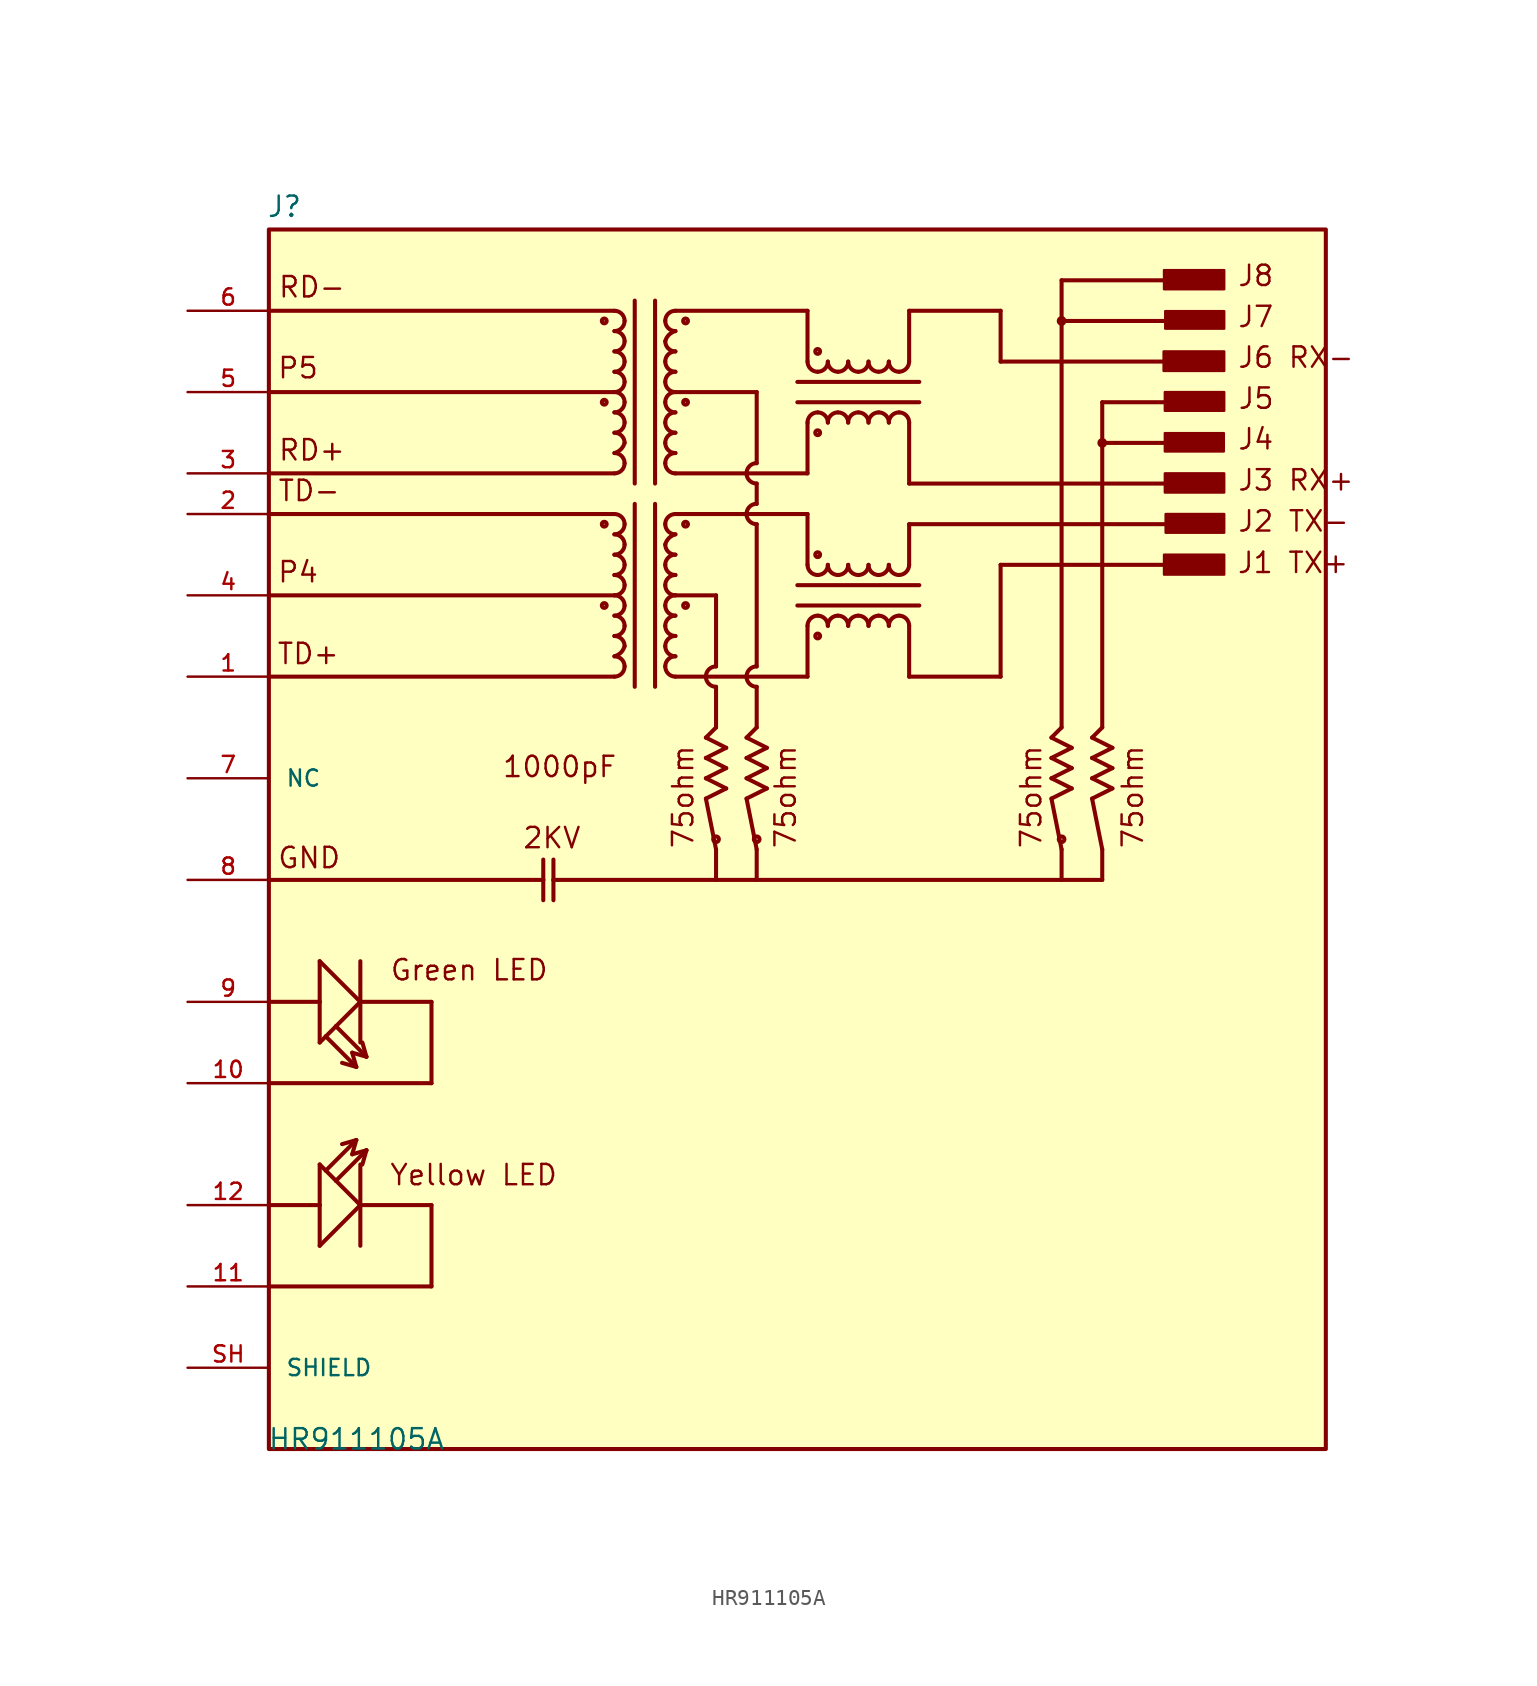
<source format=kicad_sym>
(kicad_symbol_lib
  (version 20211014)
  (generator kicad_symbol_editor)
  (symbol "HR911105A"
    (pin_names
      (offset 1.016))
    (property "Reference" "J"
      (at -33.172 36.246 0)
      (effects (font (size 1.27 1.27)) (justify left bottom)))
    (property "Value" "HR911105A"
      (at -33.122 -40.767 0)
      (effects (font (size 1.27 1.27)) (justify left bottom)))
    (property "ki_locked" ""
      (at 0 0 0)
      (effects (font (size 1.27 1.27))))
    (symbol "HR911105A_0_0"
      (rectangle (start -33.02 35.56) (end 33.02 -40.64) (stroke (width 0.254) (type default) (color 0 0 0 0)) (fill (type background)))
      (circle (center -12.065 12.065) (radius 0.152) (stroke (width 0.254) (type default) (color 0 0 0 0)) (fill (type none)))
      (circle (center -12.065 17.145) (radius 0.152) (stroke (width 0.254) (type default) (color 0 0 0 0)) (fill (type none)))
      (circle (center -12.065 24.765) (radius 0.152) (stroke (width 0.254) (type default) (color 0 0 0 0)) (fill (type none)))
      (circle (center -12.065 29.845) (radius 0.152) (stroke (width 0.254) (type default) (color 0 0 0 0)) (fill (type none)))
      (arc (start -11.43 7.62) (mid -10.981 7.806) (end -10.795 8.255) (stroke (width 0.254) (type default) (color 0 0 0 0)) (fill (type none)))
      (arc (start -11.43 8.89) (mid -11.0269 9.1219) (end -10.795 9.525) (stroke (width 0.254) (type default) (color 0 0 0 0)) (fill (type none)))
      (arc (start -11.43 10.16) (mid -10.981 10.346) (end -10.795 10.795) (stroke (width 0.254) (type default) (color 0 0 0 0)) (fill (type none)))
      (arc (start -11.43 11.43) (mid -10.981 11.616) (end -10.795 12.065) (stroke (width 0.254) (type default) (color 0 0 0 0)) (fill (type none)))
      (arc (start -11.43 12.7) (mid -10.981 12.886) (end -10.795 13.335) (stroke (width 0.254) (type default) (color 0 0 0 0)) (fill (type none)))
      (arc (start -11.43 13.97) (mid -10.981 14.156) (end -10.795 14.605) (stroke (width 0.254) (type default) (color 0 0 0 0)) (fill (type none)))
      (arc (start -11.43 15.24) (mid -10.981 15.426) (end -10.795 15.875) (stroke (width 0.254) (type default) (color 0 0 0 0)) (fill (type none)))
      (arc (start -11.43 16.51) (mid -10.981 16.696) (end -10.795 17.145) (stroke (width 0.254) (type default) (color 0 0 0 0)) (fill (type none)))
      (arc (start -11.43 20.32) (mid -10.981 20.506) (end -10.795 20.955) (stroke (width 0.254) (type default) (color 0 0 0 0)) (fill (type none)))
      (arc (start -11.43 21.59) (mid -11.0269 21.8219) (end -10.795 22.225) (stroke (width 0.254) (type default) (color 0 0 0 0)) (fill (type none)))
      (arc (start -11.43 22.86) (mid -10.981 23.046) (end -10.795 23.495) (stroke (width 0.254) (type default) (color 0 0 0 0)) (fill (type none)))
      (arc (start -11.43 24.13) (mid -10.981 24.316) (end -10.795 24.765) (stroke (width 0.254) (type default) (color 0 0 0 0)) (fill (type none)))
      (arc (start -11.43 25.4) (mid -10.981 25.586) (end -10.795 26.035) (stroke (width 0.254) (type default) (color 0 0 0 0)) (fill (type none)))
      (arc (start -11.43 26.67) (mid -10.981 26.856) (end -10.795 27.305) (stroke (width 0.254) (type default) (color 0 0 0 0)) (fill (type none)))
      (arc (start -11.43 27.94) (mid -10.981 28.126) (end -10.795 28.575) (stroke (width 0.254) (type default) (color 0 0 0 0)) (fill (type none)))
      (arc (start -11.43 29.21) (mid -10.981 29.396) (end -10.795 29.845) (stroke (width 0.254) (type default) (color 0 0 0 0)) (fill (type none)))
      (arc (start -10.795 8.255) (mid -10.981 8.704) (end -11.43 8.89) (stroke (width 0.254) (type default) (color 0 0 0 0)) (fill (type none)))
      (arc (start -10.795 9.525) (mid -10.981 9.974) (end -11.43 10.16) (stroke (width 0.254) (type default) (color 0 0 0 0)) (fill (type none)))
      (arc (start -10.795 10.795) (mid -10.981 11.244) (end -11.43 11.43) (stroke (width 0.254) (type default) (color 0 0 0 0)) (fill (type none)))
      (arc (start -10.795 12.065) (mid -10.981 12.514) (end -11.43 12.7) (stroke (width 0.254) (type default) (color 0 0 0 0)) (fill (type none)))
      (arc (start -10.795 13.335) (mid -10.981 13.784) (end -11.43 13.97) (stroke (width 0.254) (type default) (color 0 0 0 0)) (fill (type none)))
      (arc (start -10.795 14.605) (mid -10.981 15.054) (end -11.43 15.24) (stroke (width 0.254) (type default) (color 0 0 0 0)) (fill (type none)))
      (arc (start -10.795 15.875) (mid -10.981 16.324) (end -11.43 16.51) (stroke (width 0.254) (type default) (color 0 0 0 0)) (fill (type none)))
      (arc (start -10.795 17.145) (mid -10.981 17.594) (end -11.43 17.78) (stroke (width 0.254) (type default) (color 0 0 0 0)) (fill (type none)))
      (arc (start -10.795 20.955) (mid -10.981 21.404) (end -11.43 21.59) (stroke (width 0.254) (type default) (color 0 0 0 0)) (fill (type none)))
      (arc (start -10.795 22.225) (mid -10.981 22.674) (end -11.43 22.86) (stroke (width 0.254) (type default) (color 0 0 0 0)) (fill (type none)))
      (arc (start -10.795 23.495) (mid -10.981 23.944) (end -11.43 24.13) (stroke (width 0.254) (type default) (color 0 0 0 0)) (fill (type none)))
      (arc (start -10.795 24.765) (mid -10.981 25.214) (end -11.43 25.4) (stroke (width 0.254) (type default) (color 0 0 0 0)) (fill (type none)))
      (arc (start -10.795 26.035) (mid -10.981 26.484) (end -11.43 26.67) (stroke (width 0.254) (type default) (color 0 0 0 0)) (fill (type none)))
      (arc (start -10.795 27.305) (mid -10.981 27.754) (end -11.43 27.94) (stroke (width 0.254) (type default) (color 0 0 0 0)) (fill (type none)))
      (arc (start -10.795 28.575) (mid -10.981 29.024) (end -11.43 29.21) (stroke (width 0.254) (type default) (color 0 0 0 0)) (fill (type none)))
      (arc (start -10.795 29.845) (mid -10.981 30.294) (end -11.43 30.48) (stroke (width 0.254) (type default) (color 0 0 0 0)) (fill (type none)))
      (arc (start -8.255 8.255) (mid -8.069 7.806) (end -7.62 7.62) (stroke (width 0.254) (type default) (color 0 0 0 0)) (fill (type none)))
      (arc (start -8.255 9.525) (mid -8.069 9.076) (end -7.62 8.89) (stroke (width 0.254) (type default) (color 0 0 0 0)) (fill (type none)))
      (arc (start -8.255 10.795) (mid -8.069 10.346) (end -7.62 10.16) (stroke (width 0.254) (type default) (color 0 0 0 0)) (fill (type none)))
      (arc (start -8.255 12.065) (mid -8.069 11.616) (end -7.62 11.43) (stroke (width 0.254) (type default) (color 0 0 0 0)) (fill (type none)))
      (arc (start -8.255 13.335) (mid -8.069 12.886) (end -7.62 12.7) (stroke (width 0.254) (type default) (color 0 0 0 0)) (fill (type none)))
      (arc (start -8.255 14.605) (mid -8.069 14.156) (end -7.62 13.97) (stroke (width 0.254) (type default) (color 0 0 0 0)) (fill (type none)))
      (arc (start -8.255 15.875) (mid -8.069 15.426) (end -7.62 15.24) (stroke (width 0.254) (type default) (color 0 0 0 0)) (fill (type none)))
      (arc (start -8.255 17.145) (mid -8.069 16.696) (end -7.62 16.51) (stroke (width 0.254) (type default) (color 0 0 0 0)) (fill (type none)))
      (arc (start -8.255 20.955) (mid -8.069 20.506) (end -7.62 20.32) (stroke (width 0.254) (type default) (color 0 0 0 0)) (fill (type none)))
      (arc (start -8.255 22.225) (mid -8.069 21.776) (end -7.62 21.59) (stroke (width 0.254) (type default) (color 0 0 0 0)) (fill (type none)))
      (arc (start -8.255 23.495) (mid -8.069 23.046) (end -7.62 22.86) (stroke (width 0.254) (type default) (color 0 0 0 0)) (fill (type none)))
      (arc (start -8.255 24.765) (mid -8.069 24.316) (end -7.62 24.13) (stroke (width 0.254) (type default) (color 0 0 0 0)) (fill (type none)))
      (arc (start -8.255 26.035) (mid -8.069 25.586) (end -7.62 25.4) (stroke (width 0.254) (type default) (color 0 0 0 0)) (fill (type none)))
      (arc (start -8.255 27.305) (mid -8.069 26.856) (end -7.62 26.67) (stroke (width 0.254) (type default) (color 0 0 0 0)) (fill (type none)))
      (arc (start -8.255 28.575) (mid -8.069 28.126) (end -7.62 27.94) (stroke (width 0.254) (type default) (color 0 0 0 0)) (fill (type none)))
      (arc (start -8.255 29.845) (mid -8.069 29.396) (end -7.62 29.21) (stroke (width 0.254) (type default) (color 0 0 0 0)) (fill (type none)))
      (arc (start -7.62 8.89) (mid -8.069 8.704) (end -8.255 8.255) (stroke (width 0.254) (type default) (color 0 0 0 0)) (fill (type none)))
      (arc (start -7.62 10.16) (mid -8.069 9.974) (end -8.255 9.525) (stroke (width 0.254) (type default) (color 0 0 0 0)) (fill (type none)))
      (arc (start -7.62 11.43) (mid -8.069 11.244) (end -8.255 10.795) (stroke (width 0.254) (type default) (color 0 0 0 0)) (fill (type none)))
      (arc (start -7.62 12.7) (mid -8.069 12.514) (end -8.255 12.065) (stroke (width 0.254) (type default) (color 0 0 0 0)) (fill (type none)))
      (arc (start -7.62 13.97) (mid -8.069 13.784) (end -8.255 13.335) (stroke (width 0.254) (type default) (color 0 0 0 0)) (fill (type none)))
      (arc (start -7.62 15.24) (mid -8.069 15.054) (end -8.255 14.605) (stroke (width 0.254) (type default) (color 0 0 0 0)) (fill (type none)))
      (arc (start -7.62 16.51) (mid -8.0231 16.2781) (end -8.255 15.875) (stroke (width 0.254) (type default) (color 0 0 0 0)) (fill (type none)))
      (arc (start -7.62 17.78) (mid -8.069 17.594) (end -8.255 17.145) (stroke (width 0.254) (type default) (color 0 0 0 0)) (fill (type none)))
      (arc (start -7.62 21.59) (mid -8.069 21.404) (end -8.255 20.955) (stroke (width 0.254) (type default) (color 0 0 0 0)) (fill (type none)))
      (arc (start -7.62 22.86) (mid -8.069 22.674) (end -8.255 22.225) (stroke (width 0.254) (type default) (color 0 0 0 0)) (fill (type none)))
      (arc (start -7.62 24.13) (mid -8.069 23.944) (end -8.255 23.495) (stroke (width 0.254) (type default) (color 0 0 0 0)) (fill (type none)))
      (arc (start -7.62 25.4) (mid -8.069 25.214) (end -8.255 24.765) (stroke (width 0.254) (type default) (color 0 0 0 0)) (fill (type none)))
      (arc (start -7.62 26.67) (mid -8.069 26.484) (end -8.255 26.035) (stroke (width 0.254) (type default) (color 0 0 0 0)) (fill (type none)))
      (arc (start -7.62 27.94) (mid -8.069 27.754) (end -8.255 27.305) (stroke (width 0.254) (type default) (color 0 0 0 0)) (fill (type none)))
      (arc (start -7.62 29.21) (mid -8.0231 28.9781) (end -8.255 28.575) (stroke (width 0.254) (type default) (color 0 0 0 0)) (fill (type none)))
      (arc (start -7.62 30.48) (mid -8.069 30.294) (end -8.255 29.845) (stroke (width 0.254) (type default) (color 0 0 0 0)) (fill (type none)))
      (circle (center -6.985 12.065) (radius 0.152) (stroke (width 0.254) (type default) (color 0 0 0 0)) (fill (type none)))
      (circle (center -6.985 17.145) (radius 0.152) (stroke (width 0.254) (type default) (color 0 0 0 0)) (fill (type none)))
      (circle (center -6.985 24.765) (radius 0.152) (stroke (width 0.254) (type default) (color 0 0 0 0)) (fill (type none)))
      (circle (center -6.985 29.845) (radius 0.152) (stroke (width 0.254) (type default) (color 0 0 0 0)) (fill (type none)))
      (arc (start -5.715 7.62) (mid -5.529 7.171) (end -5.08 6.985) (stroke (width 0.254) (type default) (color 0 0 0 0)) (fill (type none)))
      (circle (center -5.08 -2.54) (radius 0.178) (stroke (width 0.254) (type default) (color 0 0 0 0)) (fill (type none)))
      (arc (start -5.08 8.255) (mid -5.529 8.069) (end -5.715 7.62) (stroke (width 0.254) (type default) (color 0 0 0 0)) (fill (type none)))
      (arc (start -3.175 7.62) (mid -2.989 7.171) (end -2.54 6.985) (stroke (width 0.254) (type default) (color 0 0 0 0)) (fill (type none)))
      (arc (start -3.175 17.78) (mid -2.989 17.331) (end -2.54 17.145) (stroke (width 0.254) (type default) (color 0 0 0 0)) (fill (type none)))
      (arc (start -3.175 20.32) (mid -2.989 19.871) (end -2.54 19.685) (stroke (width 0.254) (type default) (color 0 0 0 0)) (fill (type none)))
      (circle (center -2.54 -2.54) (radius 0.178) (stroke (width 0.254) (type default) (color 0 0 0 0)) (fill (type none)))
      (arc (start -2.54 8.255) (mid -2.989 8.069) (end -3.175 7.62) (stroke (width 0.254) (type default) (color 0 0 0 0)) (fill (type none)))
      (arc (start -2.54 18.415) (mid -2.989 18.229) (end -3.175 17.78) (stroke (width 0.254) (type default) (color 0 0 0 0)) (fill (type none)))
      (arc (start -2.54 20.955) (mid -2.989 20.769) (end -3.175 20.32) (stroke (width 0.254) (type default) (color 0 0 0 0)) (fill (type none)))
      (polyline (pts (xy -33.02 -30.48) (xy -22.86 -30.48)) (stroke (width 0.254) (type default) (color 0 0 0 0)) (fill (type none)))
      (polyline (pts (xy -33.02 -17.78) (xy -22.86 -17.78)) (stroke (width 0.254) (type default) (color 0 0 0 0)) (fill (type none)))
      (polyline (pts (xy -33.02 12.7) (xy -11.43 12.7)) (stroke (width 0.254) (type default) (color 0 0 0 0)) (fill (type none)))
      (polyline (pts (xy -33.02 20.32) (xy -11.43 20.32)) (stroke (width 0.254) (type default) (color 0 0 0 0)) (fill (type none)))
      (polyline (pts (xy -29.845 -27.94) (xy -27.305 -25.4)) (stroke (width 0.254) (type default) (color 0 0 0 0)) (fill (type none)))
      (polyline (pts (xy -29.845 -25.4) (xy -33.02 -25.4)) (stroke (width 0.254) (type default) (color 0 0 0 0)) (fill (type none)))
      (polyline (pts (xy -29.845 -25.4) (xy -29.845 -27.94)) (stroke (width 0.254) (type default) (color 0 0 0 0)) (fill (type none)))
      (polyline (pts (xy -29.845 -22.86) (xy -29.845 -25.4)) (stroke (width 0.254) (type default) (color 0 0 0 0)) (fill (type none)))
      (polyline (pts (xy -29.845 -15.24) (xy -29.845 -12.7)) (stroke (width 0.254) (type default) (color 0 0 0 0)) (fill (type none)))
      (polyline (pts (xy -29.845 -12.7) (xy -33.02 -12.7)) (stroke (width 0.254) (type default) (color 0 0 0 0)) (fill (type none)))
      (polyline (pts (xy -29.845 -12.7) (xy -29.845 -10.16)) (stroke (width 0.254) (type default) (color 0 0 0 0)) (fill (type none)))
      (polyline (pts (xy -29.845 -10.16) (xy -27.305 -12.7)) (stroke (width 0.254) (type default) (color 0 0 0 0)) (fill (type none)))
      (polyline (pts (xy -29.464 -23.241) (xy -29.845 -22.86)) (stroke (width 0.254) (type default) (color 0 0 0 0)) (fill (type none)))
      (polyline (pts (xy -29.464 -23.241) (xy -27.559 -21.336)) (stroke (width 0.254) (type default) (color 0 0 0 0)) (fill (type none)))
      (polyline (pts (xy -29.464 -14.859) (xy -29.845 -15.24)) (stroke (width 0.254) (type default) (color 0 0 0 0)) (fill (type none)))
      (polyline (pts (xy -29.464 -14.859) (xy -27.559 -16.764)) (stroke (width 0.254) (type default) (color 0 0 0 0)) (fill (type none)))
      (polyline (pts (xy -28.829 -23.876) (xy -29.464 -23.241)) (stroke (width 0.254) (type default) (color 0 0 0 0)) (fill (type none)))
      (polyline (pts (xy -28.829 -23.876) (xy -26.924 -21.971)) (stroke (width 0.254) (type default) (color 0 0 0 0)) (fill (type none)))
      (polyline (pts (xy -28.829 -14.224) (xy -29.464 -14.859)) (stroke (width 0.254) (type default) (color 0 0 0 0)) (fill (type none)))
      (polyline (pts (xy -28.829 -14.224) (xy -26.924 -16.129)) (stroke (width 0.254) (type default) (color 0 0 0 0)) (fill (type none)))
      (polyline (pts (xy -27.559 -21.336) (xy -28.448 -21.59)) (stroke (width 0.254) (type default) (color 0 0 0 0)) (fill (type none)))
      (polyline (pts (xy -27.559 -21.336) (xy -27.813 -22.225)) (stroke (width 0.254) (type default) (color 0 0 0 0)) (fill (type none)))
      (polyline (pts (xy -27.559 -16.764) (xy -28.448 -16.51)) (stroke (width 0.254) (type default) (color 0 0 0 0)) (fill (type none)))
      (polyline (pts (xy -27.559 -16.764) (xy -27.813 -15.875)) (stroke (width 0.254) (type default) (color 0 0 0 0)) (fill (type none)))
      (polyline (pts (xy -27.305 -25.4) (xy -28.829 -23.876)) (stroke (width 0.254) (type default) (color 0 0 0 0)) (fill (type none)))
      (polyline (pts (xy -27.305 -25.4) (xy -27.305 -27.94)) (stroke (width 0.254) (type default) (color 0 0 0 0)) (fill (type none)))
      (polyline (pts (xy -27.305 -25.4) (xy -22.86 -25.4)) (stroke (width 0.254) (type default) (color 0 0 0 0)) (fill (type none)))
      (polyline (pts (xy -27.305 -22.86) (xy -27.305 -25.4)) (stroke (width 0.254) (type default) (color 0 0 0 0)) (fill (type none)))
      (polyline (pts (xy -27.305 -15.24) (xy -27.305 -12.7)) (stroke (width 0.254) (type default) (color 0 0 0 0)) (fill (type none)))
      (polyline (pts (xy -27.305 -12.7) (xy -28.829 -14.224)) (stroke (width 0.254) (type default) (color 0 0 0 0)) (fill (type none)))
      (polyline (pts (xy -27.305 -12.7) (xy -27.305 -10.16)) (stroke (width 0.254) (type default) (color 0 0 0 0)) (fill (type none)))
      (polyline (pts (xy -27.305 -12.7) (xy -22.86 -12.7)) (stroke (width 0.254) (type default) (color 0 0 0 0)) (fill (type none)))
      (polyline (pts (xy -26.924 -21.971) (xy -27.813 -22.225)) (stroke (width 0.254) (type default) (color 0 0 0 0)) (fill (type none)))
      (polyline (pts (xy -26.924 -21.971) (xy -27.178 -22.86)) (stroke (width 0.254) (type default) (color 0 0 0 0)) (fill (type none)))
      (polyline (pts (xy -26.924 -16.129) (xy -27.813 -15.875)) (stroke (width 0.254) (type default) (color 0 0 0 0)) (fill (type none)))
      (polyline (pts (xy -26.924 -16.129) (xy -27.178 -15.24)) (stroke (width 0.254) (type default) (color 0 0 0 0)) (fill (type none)))
      (polyline (pts (xy -22.86 -30.48) (xy -22.86 -25.4)) (stroke (width 0.254) (type default) (color 0 0 0 0)) (fill (type none)))
      (polyline (pts (xy -22.86 -17.78) (xy -22.86 -12.7)) (stroke (width 0.254) (type default) (color 0 0 0 0)) (fill (type none)))
      (polyline (pts (xy -15.875 -5.08) (xy -33.02 -5.08)) (stroke (width 0.254) (type default) (color 0 0 0 0)) (fill (type none)))
      (polyline (pts (xy -15.875 -5.08) (xy -15.875 -6.35)) (stroke (width 0.254) (type default) (color 0 0 0 0)) (fill (type none)))
      (polyline (pts (xy -15.875 -3.81) (xy -15.875 -5.08)) (stroke (width 0.254) (type default) (color 0 0 0 0)) (fill (type none)))
      (polyline (pts (xy -15.24 -5.08) (xy -15.24 -6.35)) (stroke (width 0.254) (type default) (color 0 0 0 0)) (fill (type none)))
      (polyline (pts (xy -15.24 -5.08) (xy -15.24 -3.81)) (stroke (width 0.254) (type default) (color 0 0 0 0)) (fill (type none)))
      (polyline (pts (xy -11.43 7.62) (xy -33.02 7.62)) (stroke (width 0.254) (type default) (color 0 0 0 0)) (fill (type none)))
      (polyline (pts (xy -11.43 17.78) (xy -33.02 17.78)) (stroke (width 0.254) (type default) (color 0 0 0 0)) (fill (type none)))
      (polyline (pts (xy -11.43 25.4) (xy -33.02 25.4)) (stroke (width 0.254) (type default) (color 0 0 0 0)) (fill (type none)))
      (polyline (pts (xy -11.43 30.48) (xy -33.02 30.48)) (stroke (width 0.254) (type default) (color 0 0 0 0)) (fill (type none)))
      (polyline (pts (xy -10.16 18.415) (xy -10.16 6.985)) (stroke (width 0.254) (type default) (color 0 0 0 0)) (fill (type none)))
      (polyline (pts (xy -10.16 31.115) (xy -10.16 19.685)) (stroke (width 0.254) (type default) (color 0 0 0 0)) (fill (type none)))
      (polyline (pts (xy -8.89 18.415) (xy -8.89 6.985)) (stroke (width 0.254) (type default) (color 0 0 0 0)) (fill (type none)))
      (polyline (pts (xy -8.89 31.115) (xy -8.89 19.685)) (stroke (width 0.254) (type default) (color 0 0 0 0)) (fill (type none)))
      (polyline (pts (xy -7.62 7.62) (xy -5.715 7.62)) (stroke (width 0.254) (type default) (color 0 0 0 0)) (fill (type none)))
      (polyline (pts (xy -7.62 20.32) (xy -3.175 20.32)) (stroke (width 0.254) (type default) (color 0 0 0 0)) (fill (type none)))
      (polyline (pts (xy -7.62 25.4) (xy -2.54 25.4)) (stroke (width 0.254) (type default) (color 0 0 0 0)) (fill (type none)))
      (polyline (pts (xy -5.715 0) (xy -5.08 -3.175)) (stroke (width 0.254) (type default) (color 0 0 0 0)) (fill (type none)))
      (polyline (pts (xy -5.715 1.27) (xy -4.445 0.635)) (stroke (width 0.254) (type default) (color 0 0 0 0)) (fill (type none)))
      (polyline (pts (xy -5.715 2.54) (xy -4.445 1.905)) (stroke (width 0.254) (type default) (color 0 0 0 0)) (fill (type none)))
      (polyline (pts (xy -5.715 3.81) (xy -4.445 3.175)) (stroke (width 0.254) (type default) (color 0 0 0 0)) (fill (type none)))
      (polyline (pts (xy -5.715 7.62) (xy -3.175 7.62)) (stroke (width 0.254) (type default) (color 0 0 0 0)) (fill (type none)))
      (polyline (pts (xy -5.08 -5.08) (xy -15.24 -5.08)) (stroke (width 0.254) (type default) (color 0 0 0 0)) (fill (type none)))
      (polyline (pts (xy -5.08 -3.175) (xy -5.08 -5.08)) (stroke (width 0.254) (type default) (color 0 0 0 0)) (fill (type none)))
      (polyline (pts (xy -5.08 4.445) (xy -5.715 3.81)) (stroke (width 0.254) (type default) (color 0 0 0 0)) (fill (type none)))
      (polyline (pts (xy -5.08 6.985) (xy -5.08 4.445)) (stroke (width 0.254) (type default) (color 0 0 0 0)) (fill (type none)))
      (polyline (pts (xy -5.08 8.255) (xy -5.08 12.7)) (stroke (width 0.254) (type default) (color 0 0 0 0)) (fill (type none)))
      (polyline (pts (xy -5.08 12.7) (xy -7.62 12.7)) (stroke (width 0.254) (type default) (color 0 0 0 0)) (fill (type none)))
      (polyline (pts (xy -4.445 0.635) (xy -5.715 0)) (stroke (width 0.254) (type default) (color 0 0 0 0)) (fill (type none)))
      (polyline (pts (xy -4.445 1.905) (xy -5.715 1.27)) (stroke (width 0.254) (type default) (color 0 0 0 0)) (fill (type none)))
      (polyline (pts (xy -4.445 3.175) (xy -5.715 2.54)) (stroke (width 0.254) (type default) (color 0 0 0 0)) (fill (type none)))
      (polyline (pts (xy -3.175 0) (xy -2.54 -3.175)) (stroke (width 0.254) (type default) (color 0 0 0 0)) (fill (type none)))
      (polyline (pts (xy -3.175 1.27) (xy -1.905 0.635)) (stroke (width 0.254) (type default) (color 0 0 0 0)) (fill (type none)))
      (polyline (pts (xy -3.175 2.54) (xy -1.905 1.905)) (stroke (width 0.254) (type default) (color 0 0 0 0)) (fill (type none)))
      (polyline (pts (xy -3.175 3.81) (xy -1.905 3.175)) (stroke (width 0.254) (type default) (color 0 0 0 0)) (fill (type none)))
      (polyline (pts (xy -3.175 7.62) (xy 0.635 7.62)) (stroke (width 0.254) (type default) (color 0 0 0 0)) (fill (type none)))
      (polyline (pts (xy -3.175 17.78) (xy -7.62 17.78)) (stroke (width 0.254) (type default) (color 0 0 0 0)) (fill (type none)))
      (polyline (pts (xy -3.175 20.32) (xy 0.635 20.32)) (stroke (width 0.254) (type default) (color 0 0 0 0)) (fill (type none)))
      (polyline (pts (xy -2.54 -3.175) (xy -2.54 -5.08)) (stroke (width 0.254) (type default) (color 0 0 0 0)) (fill (type none)))
      (polyline (pts (xy -2.54 4.445) (xy -3.175 3.81)) (stroke (width 0.254) (type default) (color 0 0 0 0)) (fill (type none)))
      (polyline (pts (xy -2.54 6.985) (xy -2.54 4.445)) (stroke (width 0.254) (type default) (color 0 0 0 0)) (fill (type none)))
      (polyline (pts (xy -2.54 17.145) (xy -2.54 8.255)) (stroke (width 0.254) (type default) (color 0 0 0 0)) (fill (type none)))
      (polyline (pts (xy -2.54 19.685) (xy -2.54 18.415)) (stroke (width 0.254) (type default) (color 0 0 0 0)) (fill (type none)))
      (polyline (pts (xy -2.54 25.4) (xy -2.54 20.955)) (stroke (width 0.254) (type default) (color 0 0 0 0)) (fill (type none)))
      (polyline (pts (xy -1.905 0.635) (xy -3.175 0)) (stroke (width 0.254) (type default) (color 0 0 0 0)) (fill (type none)))
      (polyline (pts (xy -1.905 1.905) (xy -3.175 1.27)) (stroke (width 0.254) (type default) (color 0 0 0 0)) (fill (type none)))
      (polyline (pts (xy -1.905 3.175) (xy -3.175 2.54)) (stroke (width 0.254) (type default) (color 0 0 0 0)) (fill (type none)))
      (polyline (pts (xy 0 12.065) (xy 7.62 12.065)) (stroke (width 0.254) (type default) (color 0 0 0 0)) (fill (type none)))
      (polyline (pts (xy 0 13.335) (xy 7.62 13.335)) (stroke (width 0.254) (type default) (color 0 0 0 0)) (fill (type none)))
      (polyline (pts (xy 0 24.765) (xy 7.62 24.765)) (stroke (width 0.254) (type default) (color 0 0 0 0)) (fill (type none)))
      (polyline (pts (xy 0 26.035) (xy 7.62 26.035)) (stroke (width 0.254) (type default) (color 0 0 0 0)) (fill (type none)))
      (polyline (pts (xy 0.635 7.62) (xy 0.635 10.795)) (stroke (width 0.254) (type default) (color 0 0 0 0)) (fill (type none)))
      (polyline (pts (xy 0.635 14.605) (xy 0.635 17.78)) (stroke (width 0.254) (type default) (color 0 0 0 0)) (fill (type none)))
      (polyline (pts (xy 0.635 17.78) (xy -3.175 17.78)) (stroke (width 0.254) (type default) (color 0 0 0 0)) (fill (type none)))
      (polyline (pts (xy 0.635 20.32) (xy 0.635 23.495)) (stroke (width 0.254) (type default) (color 0 0 0 0)) (fill (type none)))
      (polyline (pts (xy 0.635 27.305) (xy 0.635 30.48)) (stroke (width 0.254) (type default) (color 0 0 0 0)) (fill (type none)))
      (polyline (pts (xy 0.635 30.48) (xy -7.62 30.48)) (stroke (width 0.254) (type default) (color 0 0 0 0)) (fill (type none)))
      (polyline (pts (xy 6.985 10.795) (xy 6.985 7.62)) (stroke (width 0.254) (type default) (color 0 0 0 0)) (fill (type none)))
      (polyline (pts (xy 6.985 17.145) (xy 6.985 14.605)) (stroke (width 0.254) (type default) (color 0 0 0 0)) (fill (type none)))
      (polyline (pts (xy 6.985 23.495) (xy 6.985 19.685)) (stroke (width 0.254) (type default) (color 0 0 0 0)) (fill (type none)))
      (polyline (pts (xy 6.985 30.48) (xy 6.985 27.305)) (stroke (width 0.254) (type default) (color 0 0 0 0)) (fill (type none)))
      (polyline (pts (xy 12.7 7.62) (xy 6.985 7.62)) (stroke (width 0.254) (type default) (color 0 0 0 0)) (fill (type none)))
      (polyline (pts (xy 12.7 14.605) (xy 12.7 7.62)) (stroke (width 0.254) (type default) (color 0 0 0 0)) (fill (type none)))
      (polyline (pts (xy 12.7 27.305) (xy 12.7 30.48)) (stroke (width 0.254) (type default) (color 0 0 0 0)) (fill (type none)))
      (polyline (pts (xy 12.7 30.48) (xy 6.985 30.48)) (stroke (width 0.254) (type default) (color 0 0 0 0)) (fill (type none)))
      (polyline (pts (xy 15.875 0) (xy 16.51 -3.175)) (stroke (width 0.254) (type default) (color 0 0 0 0)) (fill (type none)))
      (polyline (pts (xy 15.875 1.27) (xy 17.145 0.635)) (stroke (width 0.254) (type default) (color 0 0 0 0)) (fill (type none)))
      (polyline (pts (xy 15.875 2.54) (xy 17.145 1.905)) (stroke (width 0.254) (type default) (color 0 0 0 0)) (fill (type none)))
      (polyline (pts (xy 15.875 3.81) (xy 17.145 3.175)) (stroke (width 0.254) (type default) (color 0 0 0 0)) (fill (type none)))
      (polyline (pts (xy 16.51 -3.175) (xy 16.51 -5.08)) (stroke (width 0.254) (type default) (color 0 0 0 0)) (fill (type none)))
      (polyline (pts (xy 16.51 4.445) (xy 15.875 3.81)) (stroke (width 0.254) (type default) (color 0 0 0 0)) (fill (type none)))
      (polyline (pts (xy 16.51 29.845) (xy 16.51 4.445)) (stroke (width 0.254) (type default) (color 0 0 0 0)) (fill (type none)))
      (polyline (pts (xy 16.51 29.845) (xy 23.495 29.845)) (stroke (width 0.254) (type default) (color 0 0 0 0)) (fill (type none)))
      (polyline (pts (xy 16.51 32.385) (xy 16.51 29.845)) (stroke (width 0.254) (type default) (color 0 0 0 0)) (fill (type none)))
      (polyline (pts (xy 17.145 0.635) (xy 15.875 0)) (stroke (width 0.254) (type default) (color 0 0 0 0)) (fill (type none)))
      (polyline (pts (xy 17.145 1.905) (xy 15.875 1.27)) (stroke (width 0.254) (type default) (color 0 0 0 0)) (fill (type none)))
      (polyline (pts (xy 17.145 3.175) (xy 15.875 2.54)) (stroke (width 0.254) (type default) (color 0 0 0 0)) (fill (type none)))
      (polyline (pts (xy 18.415 0) (xy 19.05 -3.175)) (stroke (width 0.254) (type default) (color 0 0 0 0)) (fill (type none)))
      (polyline (pts (xy 18.415 1.27) (xy 19.685 0.635)) (stroke (width 0.254) (type default) (color 0 0 0 0)) (fill (type none)))
      (polyline (pts (xy 18.415 2.54) (xy 19.685 1.905)) (stroke (width 0.254) (type default) (color 0 0 0 0)) (fill (type none)))
      (polyline (pts (xy 18.415 3.81) (xy 19.685 3.175)) (stroke (width 0.254) (type default) (color 0 0 0 0)) (fill (type none)))
      (polyline (pts (xy 19.05 -5.08) (xy -5.08 -5.08)) (stroke (width 0.254) (type default) (color 0 0 0 0)) (fill (type none)))
      (polyline (pts (xy 19.05 -3.175) (xy 19.05 -5.08)) (stroke (width 0.254) (type default) (color 0 0 0 0)) (fill (type none)))
      (polyline (pts (xy 19.05 4.445) (xy 18.415 3.81)) (stroke (width 0.254) (type default) (color 0 0 0 0)) (fill (type none)))
      (polyline (pts (xy 19.05 22.225) (xy 19.05 4.445)) (stroke (width 0.254) (type default) (color 0 0 0 0)) (fill (type none)))
      (polyline (pts (xy 19.05 22.225) (xy 23.495 22.225)) (stroke (width 0.254) (type default) (color 0 0 0 0)) (fill (type none)))
      (polyline (pts (xy 19.05 24.765) (xy 19.05 22.225)) (stroke (width 0.254) (type default) (color 0 0 0 0)) (fill (type none)))
      (polyline (pts (xy 19.685 0.635) (xy 18.415 0)) (stroke (width 0.254) (type default) (color 0 0 0 0)) (fill (type none)))
      (polyline (pts (xy 19.685 1.905) (xy 18.415 1.27)) (stroke (width 0.254) (type default) (color 0 0 0 0)) (fill (type none)))
      (polyline (pts (xy 19.685 3.175) (xy 18.415 2.54)) (stroke (width 0.254) (type default) (color 0 0 0 0)) (fill (type none)))
      (polyline (pts (xy 23.495 14.605) (xy 12.7 14.605)) (stroke (width 0.254) (type default) (color 0 0 0 0)) (fill (type none)))
      (polyline (pts (xy 23.495 17.145) (xy 6.985 17.145)) (stroke (width 0.254) (type default) (color 0 0 0 0)) (fill (type none)))
      (polyline (pts (xy 23.495 19.685) (xy 6.985 19.685)) (stroke (width 0.254) (type default) (color 0 0 0 0)) (fill (type none)))
      (polyline (pts (xy 23.495 24.765) (xy 19.05 24.765)) (stroke (width 0.254) (type default) (color 0 0 0 0)) (fill (type none)))
      (polyline (pts (xy 23.495 27.305) (xy 12.7 27.305)) (stroke (width 0.254) (type default) (color 0 0 0 0)) (fill (type none)))
      (polyline (pts (xy 23.495 32.385) (xy 16.51 32.385)) (stroke (width 0.254) (type default) (color 0 0 0 0)) (fill (type none)))
      (arc (start 0.635 14.605) (mid 0.821 14.156) (end 1.27 13.97) (stroke (width 0.254) (type default) (color 0 0 0 0)) (fill (type none)))
      (arc (start 0.635 27.305) (mid 0.821 26.856) (end 1.27 26.67) (stroke (width 0.254) (type default) (color 0 0 0 0)) (fill (type none)))
      (circle (center 1.27 10.16) (radius 0.152) (stroke (width 0.254) (type default) (color 0 0 0 0)) (fill (type none)))
      (arc (start 1.27 11.43) (mid 0.821 11.244) (end 0.635 10.795) (stroke (width 0.254) (type default) (color 0 0 0 0)) (fill (type none)))
      (arc (start 1.27 13.97) (mid 1.719 14.156) (end 1.905 14.605) (stroke (width 0.254) (type default) (color 0 0 0 0)) (fill (type none)))
      (circle (center 1.27 15.24) (radius 0.152) (stroke (width 0.254) (type default) (color 0 0 0 0)) (fill (type none)))
      (circle (center 1.27 22.86) (radius 0.152) (stroke (width 0.254) (type default) (color 0 0 0 0)) (fill (type none)))
      (arc (start 1.27 24.13) (mid 0.821 23.944) (end 0.635 23.495) (stroke (width 0.254) (type default) (color 0 0 0 0)) (fill (type none)))
      (arc (start 1.27 26.67) (mid 1.719 26.856) (end 1.905 27.305) (stroke (width 0.254) (type default) (color 0 0 0 0)) (fill (type none)))
      (circle (center 1.27 27.94) (radius 0.152) (stroke (width 0.254) (type default) (color 0 0 0 0)) (fill (type none)))
      (arc (start 1.905 10.795) (mid 1.719 11.244) (end 1.27 11.43) (stroke (width 0.254) (type default) (color 0 0 0 0)) (fill (type none)))
      (arc (start 1.905 14.605) (mid 2.091 14.156) (end 2.54 13.97) (stroke (width 0.254) (type default) (color 0 0 0 0)) (fill (type none)))
      (arc (start 1.905 23.495) (mid 1.719 23.944) (end 1.27 24.13) (stroke (width 0.254) (type default) (color 0 0 0 0)) (fill (type none)))
      (arc (start 1.905 27.305) (mid 2.091 26.856) (end 2.54 26.67) (stroke (width 0.254) (type default) (color 0 0 0 0)) (fill (type none)))
      (arc (start 2.54 11.43) (mid 2.091 11.244) (end 1.905 10.795) (stroke (width 0.254) (type default) (color 0 0 0 0)) (fill (type none)))
      (arc (start 2.54 13.97) (mid 2.989 14.156) (end 3.175 14.605) (stroke (width 0.254) (type default) (color 0 0 0 0)) (fill (type none)))
      (arc (start 2.54 24.13) (mid 2.091 23.944) (end 1.905 23.495) (stroke (width 0.254) (type default) (color 0 0 0 0)) (fill (type none)))
      (arc (start 2.54 26.67) (mid 2.989 26.856) (end 3.175 27.305) (stroke (width 0.254) (type default) (color 0 0 0 0)) (fill (type none)))
      (arc (start 3.175 10.795) (mid 2.989 11.244) (end 2.54 11.43) (stroke (width 0.254) (type default) (color 0 0 0 0)) (fill (type none)))
      (arc (start 3.175 14.605) (mid 3.361 14.156) (end 3.81 13.97) (stroke (width 0.254) (type default) (color 0 0 0 0)) (fill (type none)))
      (arc (start 3.175 23.495) (mid 2.989 23.944) (end 2.54 24.13) (stroke (width 0.254) (type default) (color 0 0 0 0)) (fill (type none)))
      (arc (start 3.175 27.305) (mid 3.361 26.856) (end 3.81 26.67) (stroke (width 0.254) (type default) (color 0 0 0 0)) (fill (type none)))
      (arc (start 3.81 11.43) (mid 3.361 11.244) (end 3.175 10.795) (stroke (width 0.254) (type default) (color 0 0 0 0)) (fill (type none)))
      (arc (start 3.81 13.97) (mid 4.259 14.156) (end 4.445 14.605) (stroke (width 0.254) (type default) (color 0 0 0 0)) (fill (type none)))
      (arc (start 3.81 24.13) (mid 3.361 23.944) (end 3.175 23.495) (stroke (width 0.254) (type default) (color 0 0 0 0)) (fill (type none)))
      (arc (start 3.81 26.67) (mid 4.259 26.856) (end 4.445 27.305) (stroke (width 0.254) (type default) (color 0 0 0 0)) (fill (type none)))
      (arc (start 4.445 10.795) (mid 4.259 11.244) (end 3.81 11.43) (stroke (width 0.254) (type default) (color 0 0 0 0)) (fill (type none)))
      (arc (start 4.445 14.605) (mid 4.631 14.156) (end 5.08 13.97) (stroke (width 0.254) (type default) (color 0 0 0 0)) (fill (type none)))
      (arc (start 4.445 23.495) (mid 4.259 23.944) (end 3.81 24.13) (stroke (width 0.254) (type default) (color 0 0 0 0)) (fill (type none)))
      (arc (start 4.445 27.305) (mid 4.631 26.856) (end 5.08 26.67) (stroke (width 0.254) (type default) (color 0 0 0 0)) (fill (type none)))
      (arc (start 5.08 11.43) (mid 4.631 11.244) (end 4.445 10.795) (stroke (width 0.254) (type default) (color 0 0 0 0)) (fill (type none)))
      (arc (start 5.08 13.97) (mid 5.529 14.156) (end 5.715 14.605) (stroke (width 0.254) (type default) (color 0 0 0 0)) (fill (type none)))
      (arc (start 5.08 24.13) (mid 4.631 23.944) (end 4.445 23.495) (stroke (width 0.254) (type default) (color 0 0 0 0)) (fill (type none)))
      (arc (start 5.08 26.67) (mid 5.529 26.856) (end 5.715 27.305) (stroke (width 0.254) (type default) (color 0 0 0 0)) (fill (type none)))
      (arc (start 5.715 10.795) (mid 5.529 11.244) (end 5.08 11.43) (stroke (width 0.254) (type default) (color 0 0 0 0)) (fill (type none)))
      (arc (start 5.715 14.605) (mid 5.901 14.156) (end 6.35 13.97) (stroke (width 0.254) (type default) (color 0 0 0 0)) (fill (type none)))
      (arc (start 5.715 23.495) (mid 5.529 23.944) (end 5.08 24.13) (stroke (width 0.254) (type default) (color 0 0 0 0)) (fill (type none)))
      (arc (start 5.715 27.305) (mid 5.901 26.856) (end 6.35 26.67) (stroke (width 0.254) (type default) (color 0 0 0 0)) (fill (type none)))
      (arc (start 6.35 11.43) (mid 5.901 11.244) (end 5.715 10.795) (stroke (width 0.254) (type default) (color 0 0 0 0)) (fill (type none)))
      (arc (start 6.35 13.97) (mid 6.799 14.156) (end 6.985 14.605) (stroke (width 0.254) (type default) (color 0 0 0 0)) (fill (type none)))
      (arc (start 6.35 24.13) (mid 5.901 23.944) (end 5.715 23.495) (stroke (width 0.254) (type default) (color 0 0 0 0)) (fill (type none)))
      (arc (start 6.35 26.67) (mid 6.799 26.856) (end 6.985 27.305) (stroke (width 0.254) (type default) (color 0 0 0 0)) (fill (type none)))
      (arc (start 6.985 10.795) (mid 6.799 11.244) (end 6.35 11.43) (stroke (width 0.254) (type default) (color 0 0 0 0)) (fill (type none)))
      (arc (start 6.985 23.495) (mid 6.799 23.944) (end 6.35 24.13) (stroke (width 0.254) (type default) (color 0 0 0 0)) (fill (type none)))
      (circle (center 16.51 -2.54) (radius 0.178) (stroke (width 0.254) (type default) (color 0 0 0 0)) (fill (type none)))
      (circle (center 16.51 29.845) (radius 0.178) (stroke (width 0.254) (type default) (color 0 0 0 0)) (fill (type none)))
      (circle (center 19.05 22.225) (radius 0.178) (stroke (width 0.254) (type default) (color 0 0 0 0)) (fill (type none)))
      (rectangle (start 22.885 26.721) (end 26.67 27.94) (stroke (width 0) (type default) (color 0 0 0 0)) (fill (type outline)))
      (rectangle (start 22.911 13.995) (end 26.67 15.24) (stroke (width 0) (type default) (color 0 0 0 0)) (fill (type outline)))
      (rectangle (start 22.911 31.826) (end 26.67 33.02) (stroke (width 0) (type default) (color 0 0 0 0)) (fill (type outline)))
      (rectangle (start 22.962 19.126) (end 26.67 20.32) (stroke (width 0) (type default) (color 0 0 0 0)) (fill (type outline)))
      (rectangle (start 22.962 21.692) (end 26.645 22.835) (stroke (width 0) (type default) (color 0 0 0 0)) (fill (type outline)))
      (rectangle (start 22.962 24.232) (end 26.67 25.4) (stroke (width 0) (type default) (color 0 0 0 0)) (fill (type outline)))
      (rectangle (start 22.987 29.362) (end 26.67 30.455) (stroke (width 0) (type default) (color 0 0 0 0)) (fill (type outline)))
      (rectangle (start 23.012 16.612) (end 26.67 17.78) (stroke (width 0) (type default) (color 0 0 0 0)) (fill (type outline)))
      (text "1000pF" (at -18.491 1.245 0) (effects (font (size 1.27 1.27)) (justify left bottom)))
      (text "2KV" (at -17.221 -3.2 0) (effects (font (size 1.27 1.27)) (justify left bottom)))
      (text "75ohm" (at -6.401 -3.2 900) (effects (font (size 1.27 1.27)) (justify left bottom)))
      (text "75ohm" (at 0 -3.2 900) (effects (font (size 1.27 1.27)) (justify left bottom)))
      (text "75ohm" (at 15.342 -3.2 900) (effects (font (size 1.27 1.27)) (justify left bottom)))
      (text "75ohm" (at 21.692 -3.2 900) (effects (font (size 1.27 1.27)) (justify left bottom)))
      (text "GND" (at -32.537 -4.445 0) (effects (font (size 1.27 1.27)) (justify left bottom)))
      (text "Green LED" (at -25.502 -11.455 0) (effects (font (size 1.27 1.27)) (justify left bottom)))
      (text "J1 TX+" (at 27.432 13.995 0) (effects (font (size 1.27 1.27)) (justify left bottom)))
      (text "J2 TX-" (at 27.457 16.586 0) (effects (font (size 1.27 1.27)) (justify left bottom)))
      (text "J3 RX+" (at 27.457 19.152 0) (effects (font (size 1.27 1.27)) (justify left bottom)))
      (text "J4" (at 27.457 21.717 0) (effects (font (size 1.27 1.27)) (justify left bottom)))
      (text "J5" (at 27.483 24.257 0) (effects (font (size 1.27 1.27)) (justify left bottom)))
      (text "J6 RX-" (at 27.457 26.822 0) (effects (font (size 1.27 1.27)) (justify left bottom)))
      (text "J7" (at 27.457 29.362 0) (effects (font (size 1.27 1.27)) (justify left bottom)))
      (text "J8" (at 27.457 31.928 0) (effects (font (size 1.27 1.27)) (justify left bottom)))
      (text "P4" (at -32.537 13.411 0) (effects (font (size 1.27 1.27)) (justify left bottom)))
      (text "P5" (at -32.537 26.162 0) (effects (font (size 1.27 1.27)) (justify left bottom)))
      (text "RD+" (at -32.487 21.031 0) (effects (font (size 1.27 1.27)) (justify left bottom)))
      (text "RD-" (at -32.487 31.217 0) (effects (font (size 1.27 1.27)) (justify left bottom)))
      (text "TD+" (at -32.563 8.306 0) (effects (font (size 1.27 1.27)) (justify left bottom)))
      (text "TD-" (at -32.512 18.491 0) (effects (font (size 1.27 1.27)) (justify left bottom)))
      (text "Yellow LED" (at -25.527 -24.257 0) (effects (font (size 1.27 1.27)) (justify left bottom)))
      (pin passive line (at -38.1 7.62 0) (length 5.08) (name "~" (effects (font (size 1.016 1.016)))) (number "1" (effects (font (size 1.016 1.016)))))
      (pin passive line (at -38.1 -17.78 0) (length 5.08) (name "~" (effects (font (size 1.016 1.016)))) (number "10" (effects (font (size 1.016 1.016)))))
      (pin passive line (at -38.1 -30.48 0) (length 5.08) (name "~" (effects (font (size 1.016 1.016)))) (number "11" (effects (font (size 1.016 1.016)))))
      (pin passive line (at -38.1 -25.4 0) (length 5.08) (name "~" (effects (font (size 1.016 1.016)))) (number "12" (effects (font (size 1.016 1.016)))))
      (pin passive line (at -38.1 17.78 0) (length 5.08) (name "~" (effects (font (size 1.016 1.016)))) (number "2" (effects (font (size 1.016 1.016)))))
      (pin passive line (at -38.1 20.32 0) (length 5.08) (name "~" (effects (font (size 1.016 1.016)))) (number "3" (effects (font (size 1.016 1.016)))))
      (pin passive line (at -38.1 12.7 0) (length 5.08) (name "~" (effects (font (size 1.016 1.016)))) (number "4" (effects (font (size 1.016 1.016)))))
      (pin passive line (at -38.1 25.4 0) (length 5.08) (name "~" (effects (font (size 1.016 1.016)))) (number "5" (effects (font (size 1.016 1.016)))))
      (pin passive line (at -38.1 30.48 0) (length 5.08) (name "~" (effects (font (size 1.016 1.016)))) (number "6" (effects (font (size 1.016 1.016)))))
      (pin passive line (at -38.1 1.27 0) (length 5.08) (name "NC" (effects (font (size 1.016 1.016)))) (number "7" (effects (font (size 1.016 1.016)))))
      (pin power_in line (at -38.1 -5.08 0) (length 5.08) (name "~" (effects (font (size 1.016 1.016)))) (number "8" (effects (font (size 1.016 1.016)))))
      (pin passive line (at -38.1 -12.7 0) (length 5.08) (name "~" (effects (font (size 1.016 1.016)))) (number "9" (effects (font (size 1.016 1.016)))))
      (pin passive line (at -38.1 -35.56 0) (length 5.08) (name "SHIELD" (effects (font (size 1.016 1.016)))) (number "SH" (effects (font (size 1.016 1.016))))))))
</source>
